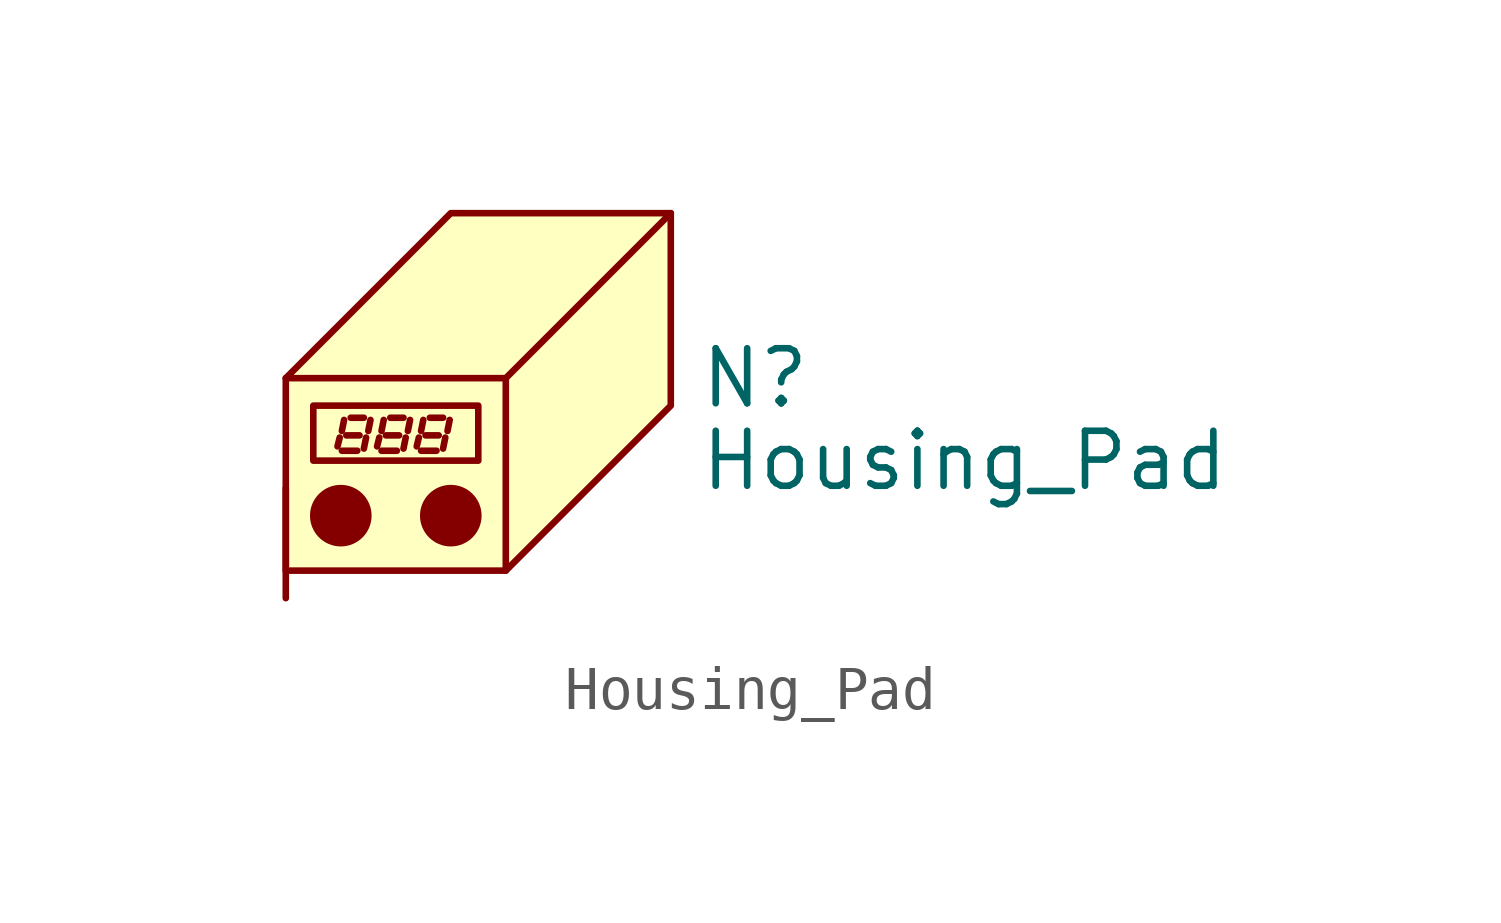
<source format=kicad_sym>
(kicad_symbol_lib
  (version 20241209)
  (generator "kicad_symbol_editor")
  (generator_version "9.0")
  (symbol "Housing_Pad"
    (pin_numbers
      (hide yes))
    (pin_names
      (offset 1.016)
      (hide yes))
    (property "Reference" "N"
      (at 4.445 0 0)
      (effects (font (size 1.27 1.27)) (justify left)))
    (property "Value" "Housing_Pad"
      (at 4.445 -1.905 0)
      (effects (font (size 1.27 1.27)) (justify left)))
    (symbol "Housing_Pad_0_1"
      (polyline (pts (xy -5.08 0) (xy 0 0) (xy 3.81 3.81)) (stroke (width 0) (type default)) (fill (type none)))
      (polyline (pts (xy -5.08 0) (xy -5.08 -4.445) (xy 0 -4.445) (xy 3.81 -0.635) (xy 3.81 3.81) (xy -1.27 3.81) (xy -5.08 0)) (stroke (width 0) (type default)) (fill (type background)))
      (rectangle (start -4.445 -0.635) (end -0.635 -1.905) (stroke (width 0) (type default)) (fill (type none)))
      (polyline (pts (xy -3.886 -1.575) (xy -3.835 -1.372)) (stroke (width 0) (type default)) (fill (type none)))
      (circle (center -3.81 -3.175) (radius 0.635) (stroke (width 0) (type default)) (fill (type outline)))
      (polyline (pts (xy -3.785 -1.219) (xy -3.734 -0.965)) (stroke (width 0) (type default)) (fill (type none)))
      (polyline (pts (xy -3.785 -1.676) (xy -3.429 -1.676)) (stroke (width 0) (type default)) (fill (type none)))
      (polyline (pts (xy -3.683 -1.321) (xy -3.378 -1.321)) (stroke (width 0) (type default)) (fill (type none)))
      (polyline (pts (xy -3.581 -0.914) (xy -3.277 -0.914)) (stroke (width 0) (type default)) (fill (type none)))
      (polyline (pts (xy -3.277 -1.626) (xy -3.226 -1.372)) (stroke (width 0) (type default)) (fill (type none)))
      (polyline (pts (xy -3.175 -1.219) (xy -3.124 -0.965)) (stroke (width 0) (type default)) (fill (type none)))
      (polyline (pts (xy -2.972 -1.575) (xy -2.921 -1.372)) (stroke (width 0) (type default)) (fill (type none)))
      (polyline (pts (xy -2.87 -1.219) (xy -2.819 -0.965)) (stroke (width 0) (type default)) (fill (type none)))
      (polyline (pts (xy -2.87 -1.676) (xy -2.515 -1.676)) (stroke (width 0) (type default)) (fill (type none)))
      (polyline (pts (xy -2.769 -1.321) (xy -2.464 -1.321)) (stroke (width 0) (type default)) (fill (type none)))
      (polyline (pts (xy -2.667 -0.914) (xy -2.362 -0.914)) (stroke (width 0) (type default)) (fill (type none)))
      (polyline (pts (xy -2.362 -1.626) (xy -2.311 -1.372)) (stroke (width 0) (type default)) (fill (type none)))
      (polyline (pts (xy -2.261 -1.219) (xy -2.21 -0.965)) (stroke (width 0) (type default)) (fill (type none)))
      (polyline (pts (xy -2.057 -1.575) (xy -2.007 -1.372)) (stroke (width 0) (type default)) (fill (type none)))
      (polyline (pts (xy -1.956 -1.219) (xy -1.905 -0.965)) (stroke (width 0) (type default)) (fill (type none)))
      (polyline (pts (xy -1.956 -1.676) (xy -1.6 -1.676)) (stroke (width 0) (type default)) (fill (type none)))
      (polyline (pts (xy -1.854 -1.321) (xy -1.549 -1.321)) (stroke (width 0) (type default)) (fill (type none)))
      (polyline (pts (xy -1.753 -0.914) (xy -1.448 -0.914)) (stroke (width 0) (type default)) (fill (type none)))
      (polyline (pts (xy -1.448 -1.626) (xy -1.397 -1.372)) (stroke (width 0) (type default)) (fill (type none)))
      (polyline (pts (xy -1.346 -1.219) (xy -1.295 -0.965)) (stroke (width 0) (type default)) (fill (type none)))
      (circle (center -1.27 -3.175) (radius 0.635) (stroke (width 0) (type default)) (fill (type outline)))
      (polyline (pts (xy 0 0) (xy 0 -4.445)) (stroke (width 0) (type default)) (fill (type none))))
    (symbol "Housing_Pad_1_1"
      (pin input line (at -5.08 -5.08 90) (length 2.54) (name "PAD" (effects (font (size 1.27 1.27)))) (number "1" (effects (font (size 1.27 1.27))))))))
</source>
